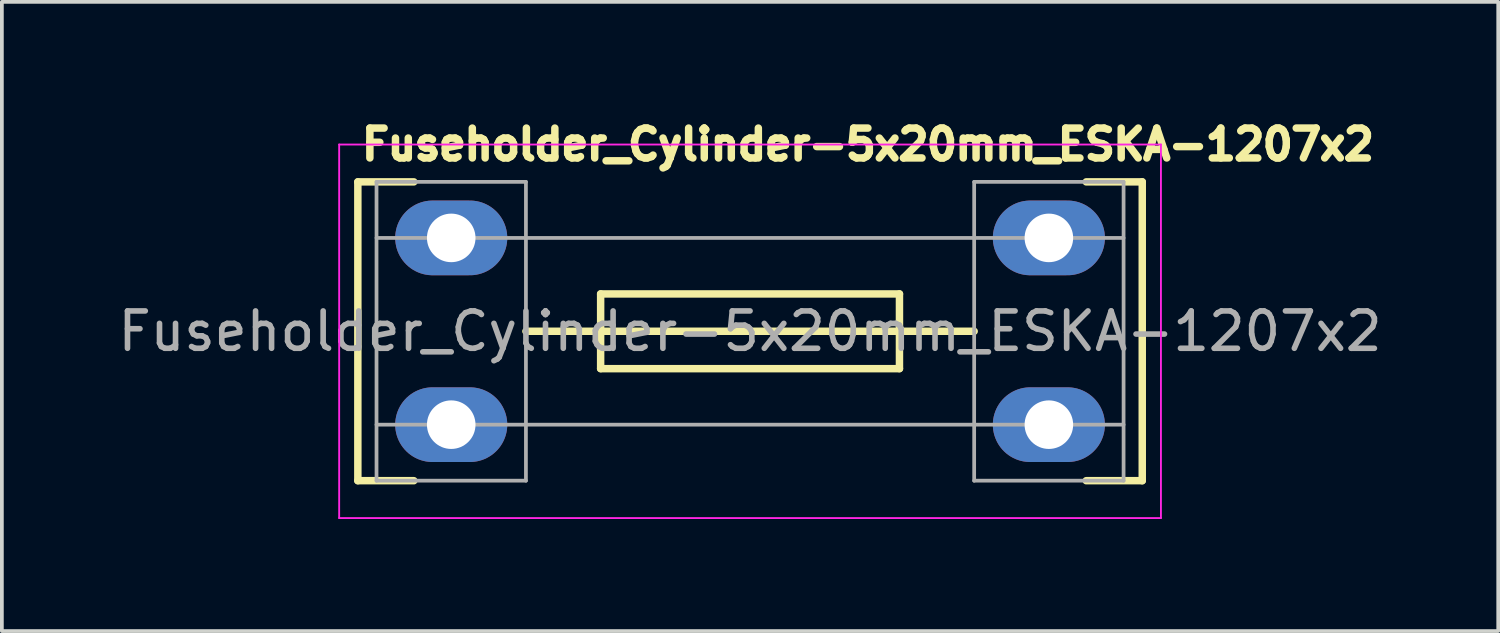
<source format=kicad_pcb>
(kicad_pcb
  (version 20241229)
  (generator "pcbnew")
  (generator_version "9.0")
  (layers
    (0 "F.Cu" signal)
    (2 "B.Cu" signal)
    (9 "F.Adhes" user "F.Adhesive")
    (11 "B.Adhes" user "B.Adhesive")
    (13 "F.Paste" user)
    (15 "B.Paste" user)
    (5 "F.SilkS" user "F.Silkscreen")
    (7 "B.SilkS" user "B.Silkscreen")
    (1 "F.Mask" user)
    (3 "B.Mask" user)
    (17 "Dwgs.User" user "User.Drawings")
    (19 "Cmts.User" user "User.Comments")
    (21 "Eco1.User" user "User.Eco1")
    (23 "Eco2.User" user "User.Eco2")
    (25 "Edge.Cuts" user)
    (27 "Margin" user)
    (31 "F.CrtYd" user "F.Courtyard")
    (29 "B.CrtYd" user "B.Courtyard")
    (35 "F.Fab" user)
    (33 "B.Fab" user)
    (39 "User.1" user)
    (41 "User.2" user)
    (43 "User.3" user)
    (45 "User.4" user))
  (footprint "Fuseholder_Cylinder-5x20mm_ESKA-1207x2"
    (layer "F.Cu")
    (at 9.03 5.819)
    (property "Reference" "Fuseholder_Cylinder-5x20mm_ESKA-1207x2" (at -2.5 -5 0) (layer "F.SilkS") (effects (font (size 0.8 0.8) (thickness 0.2)) (justify left)))
    (attr through_hole)
    (fp_line (start -2.5 4) (end -2.5 -4) (stroke (width 0.2) (type solid)) (layer "F.SilkS"))
    (fp_line (start -2.5 4) (end -1 4) (stroke (width 0.2) (type solid)) (layer "F.SilkS"))
    (fp_line (start -1 -4) (end -2.5 -4) (stroke (width 0.2) (type solid)) (layer "F.SilkS"))
    (fp_line (start 2 0) (end 14 0) (stroke (width 0.2) (type solid)) (layer "F.SilkS"))
    (fp_line (start 4 -1) (end 12 -1) (stroke (width 0.2) (type solid)) (layer "F.SilkS"))
    (fp_line (start 4 1) (end 4 -1) (stroke (width 0.2) (type solid)) (layer "F.SilkS"))
    (fp_line (start 12 -1) (end 12 1) (stroke (width 0.2) (type solid)) (layer "F.SilkS"))
    (fp_line (start 12 1) (end 4 1) (stroke (width 0.2) (type solid)) (layer "F.SilkS"))
    (fp_line (start 17 -4) (end 18.5 -4) (stroke (width 0.2) (type solid)) (layer "F.SilkS"))
    (fp_line (start 18.5 4) (end 17 4) (stroke (width 0.2) (type solid)) (layer "F.SilkS"))
    (fp_line (start 18.5 4) (end 18.5 -4) (stroke (width 0.2) (type solid)) (layer "F.SilkS"))
    (fp_line (start -3 -5) (end 19 -5) (stroke (width 0.05) (type solid)) (layer "F.CrtYd"))
    (fp_line (start -3 5) (end -3 -5) (stroke (width 0.05) (type solid)) (layer "F.CrtYd"))
    (fp_line (start 19 -5) (end 19 5) (stroke (width 0.05) (type solid)) (layer "F.CrtYd"))
    (fp_line (start 19 5) (end -3 5) (stroke (width 0.05) (type solid)) (layer "F.CrtYd"))
    (fp_line (start -2 -4) (end -2 4) (stroke (width 0.1) (type solid)) (layer "F.Fab"))
    (fp_line (start -2 4) (end 2 4) (stroke (width 0.1) (type solid)) (layer "F.Fab"))
    (fp_line (start 2 -4) (end -2 -4) (stroke (width 0.1) (type solid)) (layer "F.Fab"))
    (fp_line (start 2 4) (end 2 -4) (stroke (width 0.1) (type solid)) (layer "F.Fab"))
    (fp_line (start 14 4) (end 14 -4) (stroke (width 0.1) (type solid)) (layer "F.Fab"))
    (fp_line (start 14 4) (end 18 4) (stroke (width 0.1) (type solid)) (layer "F.Fab"))
    (fp_line (start 18 -4) (end 14 -4) (stroke (width 0.1) (type solid)) (layer "F.Fab"))
    (fp_line (start 18 -2.5) (end -2 -2.5) (stroke (width 0.1) (type solid)) (layer "F.Fab"))
    (fp_line (start 18 2.5) (end -2 2.5) (stroke (width 0.1) (type solid)) (layer "F.Fab"))
    (fp_line (start 18 4) (end 18 -4) (stroke (width 0.1) (type solid)) (layer "F.Fab"))
    (fp_text user "${REFERENCE}" (at 8 0 0) (layer "F.Fab") (effects (font (size 1 1) (thickness 0.15))))
    (pad "1" thru_hole oval (at 0 -2.5) (size 3 2) (drill 1.3) (layers "*.Cu" "*.Mask"))
    (pad "1" thru_hole oval (at 0 2.5) (size 3 2) (drill 1.3) (layers "*.Cu" "*.Mask"))
    (pad "2" thru_hole oval (at 16 -2.5) (size 3 2) (drill 1.3) (layers "*.Cu" "*.Mask"))
    (pad "2" thru_hole oval (at 16 2.5) (size 3 2) (drill 1.3) (layers "*.Cu" "*.Mask")))
  (gr_rect
    (start -3 -3)
    (end 37.06 13.844)
    (stroke (width 0.1) (type default))
    (fill no)
    (layer "Edge.Cuts")))
</source>
